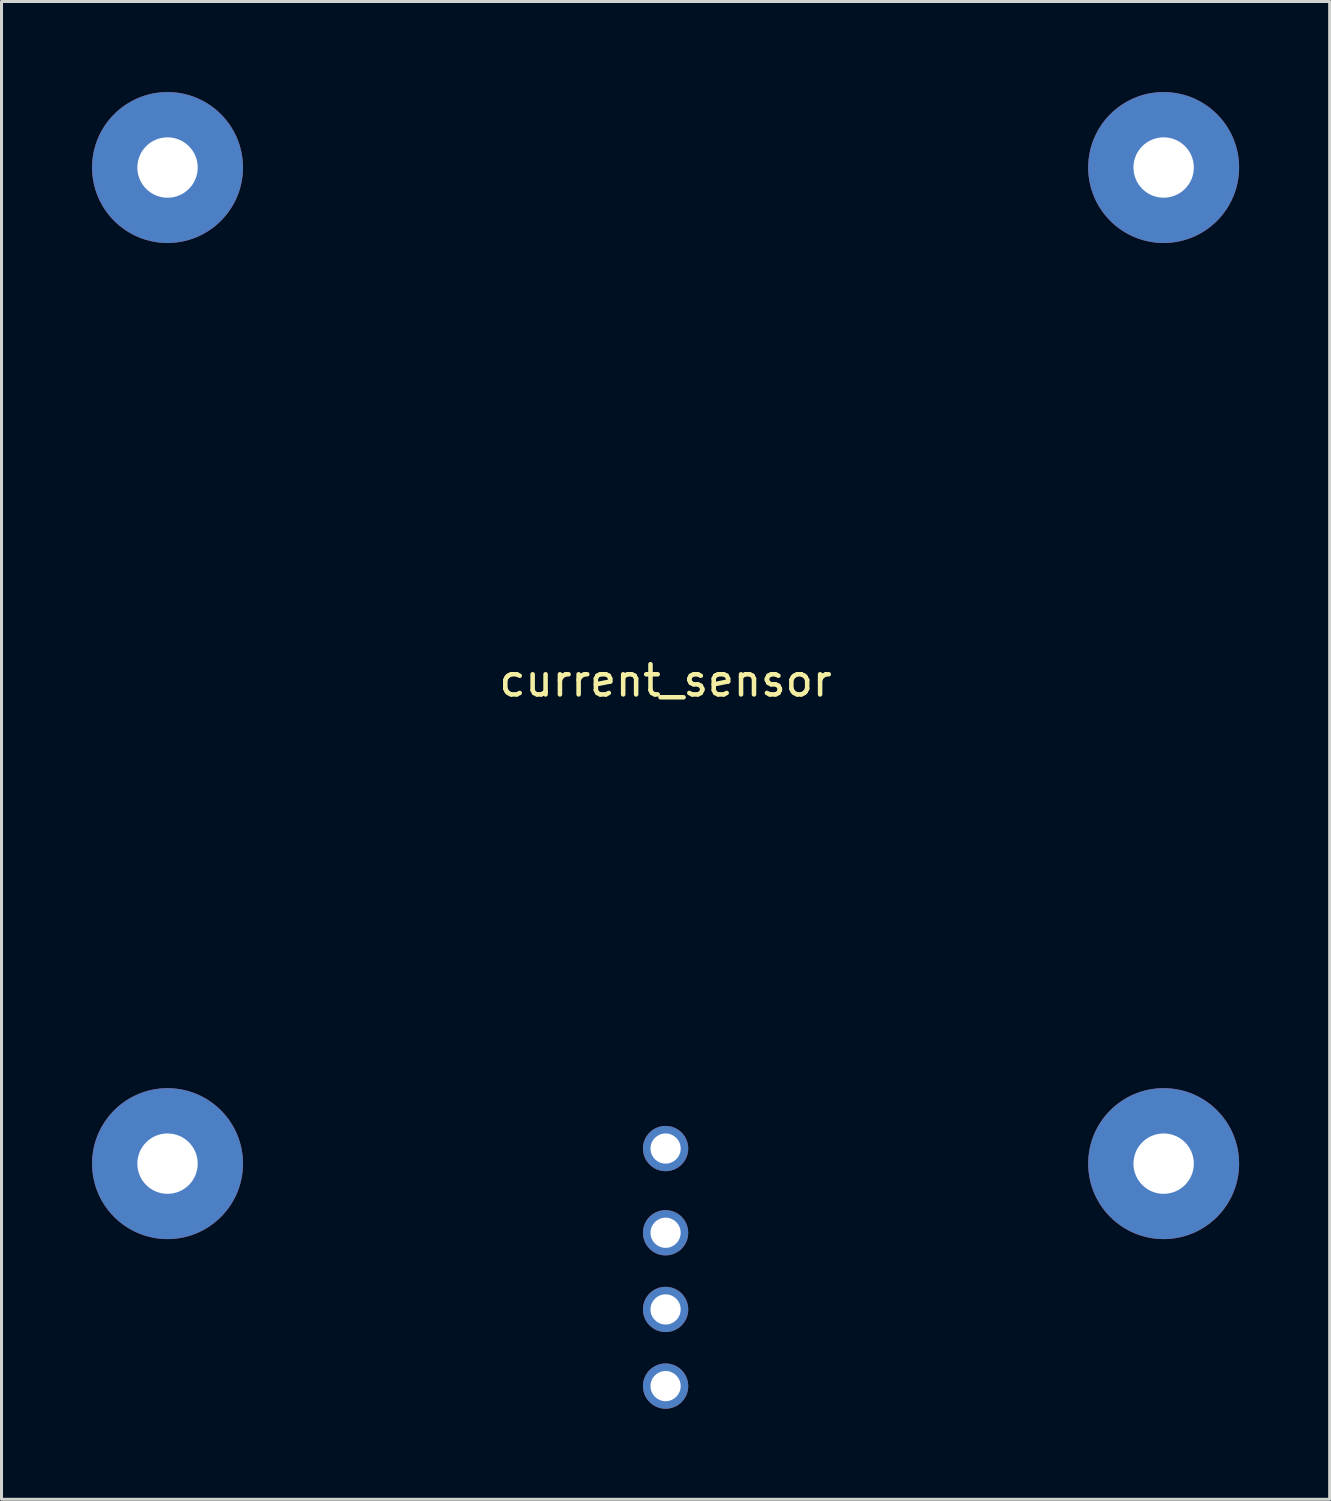
<source format=kicad_pcb>
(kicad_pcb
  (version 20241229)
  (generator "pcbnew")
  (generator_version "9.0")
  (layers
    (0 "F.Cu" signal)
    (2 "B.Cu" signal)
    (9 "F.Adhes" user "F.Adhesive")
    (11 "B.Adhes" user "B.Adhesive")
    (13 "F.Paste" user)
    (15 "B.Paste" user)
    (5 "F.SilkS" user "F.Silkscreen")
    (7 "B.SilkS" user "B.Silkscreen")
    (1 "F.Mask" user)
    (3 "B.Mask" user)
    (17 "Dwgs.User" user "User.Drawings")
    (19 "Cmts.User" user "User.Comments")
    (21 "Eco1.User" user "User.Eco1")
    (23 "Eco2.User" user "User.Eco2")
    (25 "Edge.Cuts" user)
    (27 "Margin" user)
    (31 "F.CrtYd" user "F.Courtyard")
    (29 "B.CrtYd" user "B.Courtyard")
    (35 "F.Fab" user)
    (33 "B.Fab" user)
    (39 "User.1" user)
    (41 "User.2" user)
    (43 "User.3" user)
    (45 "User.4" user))
  (footprint "current_sensor"
    (layer "F.Cu")
    (at 19 19)
    (property "Reference" "current_sensor" (at 0 0.5 0) (layer "F.SilkS") (effects (font (size 1 1) (thickness 0.15))))
    (attr through_hole)
    (pad "" np_thru_hole circle (at -16.5 -16.5) (size 5 5) (drill 2) (layers "*.Cu" "*.Mask"))
    (pad "" np_thru_hole circle (at -16.5 16.5) (size 5 5) (drill 2) (layers "*.Cu" "*.Mask"))
    (pad "" np_thru_hole circle (at 16.5 -16.5) (size 5 5) (drill 2) (layers "*.Cu" "*.Mask"))
    (pad "" np_thru_hole circle (at 16.5 16.5) (size 5 5) (drill 2) (layers "*.Cu" "*.Mask"))
    (pad "1" thru_hole circle (at 0 16) (size 1.5 1.5) (drill 1) (layers "*.Cu" "*.Mask"))
    (pad "2" thru_hole circle (at 0 18.79) (size 1.5 1.5) (drill 1) (layers "*.Cu" "*.Mask"))
    (pad "3" thru_hole circle (at 0 21.33) (size 1.5 1.5) (drill 1) (layers "*.Cu" "*.Mask"))
    (pad "4" thru_hole circle (at 0 23.87) (size 1.5 1.5) (drill 1) (layers "*.Cu" "*.Mask")))
  (gr_rect
    (start -3 -3)
    (end 41 46.62)
    (stroke (width 0.1) (type default))
    (fill no)
    (layer "Edge.Cuts")))
</source>
